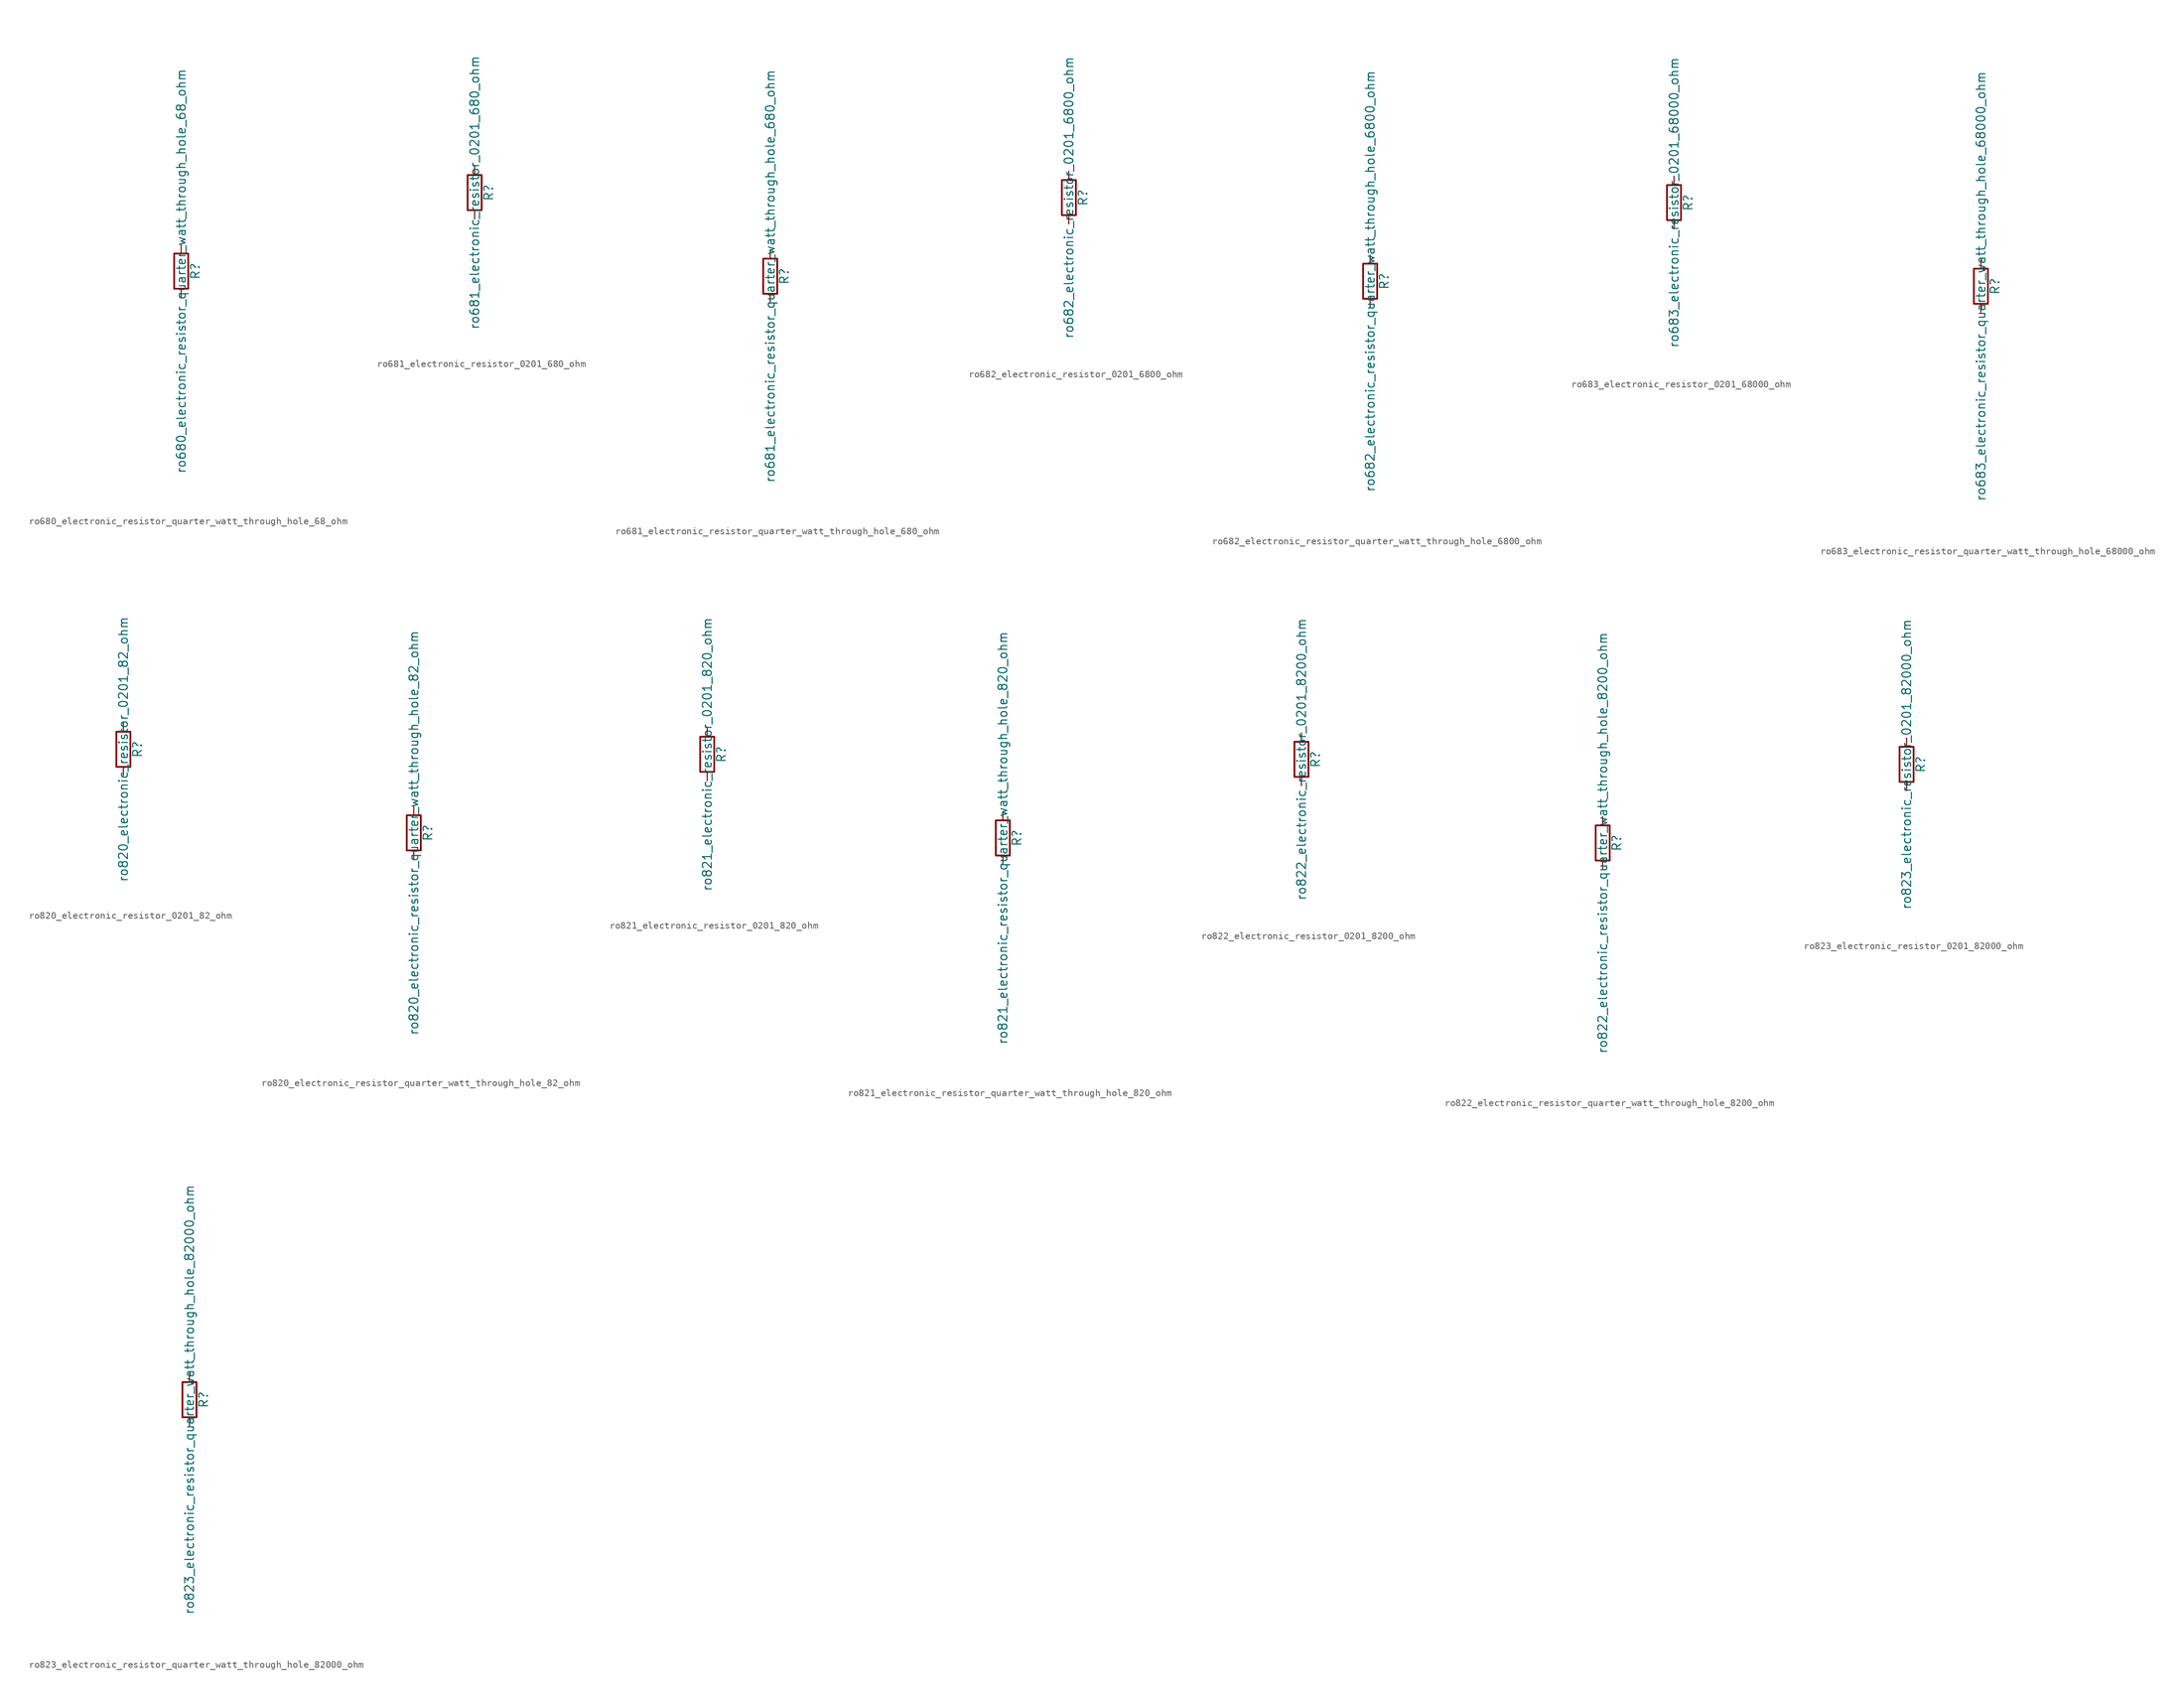
<source format=kicad_sym>
(kicad_symbol_lib
  (version 20220914)
  (generator kicad_symbol_editor)
  (symbol "ro680_electronic_resistor_quarter_watt_through_hole_68_ohm"
    (pin_numbers hide)
    (pin_names
      (offset 0))
    (property "Reference" "R"
      (at 2.032 0 90)
      (effects (font (size 1.27 1.27))))
    (property "Value" "ro680_electronic_resistor_quarter_watt_through_hole_68_ohm"
      (at 0 0 90)
      (effects (font (size 1.27 1.27))))
    (symbol "ro680_electronic_resistor_quarter_watt_through_hole_68_ohm_0_1"
      (rectangle (start -1.016 -2.54) (end 1.016 2.54) (stroke (width 0.254) (type default)) (fill (type none))))
    (symbol "ro680_electronic_resistor_quarter_watt_through_hole_68_ohm_1_1"
      (pin passive line (at 0 3.81 270) (length 1.27) (name "~" (effects (font (size 1.27 1.27)))) (number "1" (effects (font (size 1.27 1.27)))))
      (pin passive line (at 0 -3.81 90) (length 1.27) (name "~" (effects (font (size 1.27 1.27)))) (number "2" (effects (font (size 1.27 1.27)))))))
  (symbol "ro681_electronic_resistor_0201_680_ohm"
    (pin_numbers hide)
    (pin_names
      (offset 0))
    (property "Reference" "R"
      (at 2.032 0 90)
      (effects (font (size 1.27 1.27))))
    (property "Value" "ro681_electronic_resistor_0201_680_ohm"
      (at 0 0 90)
      (effects (font (size 1.27 1.27))))
    (symbol "ro681_electronic_resistor_0201_680_ohm_0_1"
      (rectangle (start -1.016 -2.54) (end 1.016 2.54) (stroke (width 0.254) (type default)) (fill (type none))))
    (symbol "ro681_electronic_resistor_0201_680_ohm_1_1"
      (pin passive line (at 0 3.81 270) (length 1.27) (name "~" (effects (font (size 1.27 1.27)))) (number "1" (effects (font (size 1.27 1.27)))))
      (pin passive line (at 0 -3.81 90) (length 1.27) (name "~" (effects (font (size 1.27 1.27)))) (number "2" (effects (font (size 1.27 1.27)))))))
  (symbol "ro681_electronic_resistor_quarter_watt_through_hole_680_ohm"
    (pin_numbers hide)
    (pin_names
      (offset 0))
    (property "Reference" "R"
      (at 2.032 0 90)
      (effects (font (size 1.27 1.27))))
    (property "Value" "ro681_electronic_resistor_quarter_watt_through_hole_680_ohm"
      (at 0 0 90)
      (effects (font (size 1.27 1.27))))
    (symbol "ro681_electronic_resistor_quarter_watt_through_hole_680_ohm_0_1"
      (rectangle (start -1.016 -2.54) (end 1.016 2.54) (stroke (width 0.254) (type default)) (fill (type none))))
    (symbol "ro681_electronic_resistor_quarter_watt_through_hole_680_ohm_1_1"
      (pin passive line (at 0 3.81 270) (length 1.27) (name "~" (effects (font (size 1.27 1.27)))) (number "1" (effects (font (size 1.27 1.27)))))
      (pin passive line (at 0 -3.81 90) (length 1.27) (name "~" (effects (font (size 1.27 1.27)))) (number "2" (effects (font (size 1.27 1.27)))))))
  (symbol "ro682_electronic_resistor_0201_6800_ohm"
    (pin_numbers hide)
    (pin_names
      (offset 0))
    (property "Reference" "R"
      (at 2.032 0 90)
      (effects (font (size 1.27 1.27))))
    (property "Value" "ro682_electronic_resistor_0201_6800_ohm"
      (at 0 0 90)
      (effects (font (size 1.27 1.27))))
    (symbol "ro682_electronic_resistor_0201_6800_ohm_0_1"
      (rectangle (start -1.016 -2.54) (end 1.016 2.54) (stroke (width 0.254) (type default)) (fill (type none))))
    (symbol "ro682_electronic_resistor_0201_6800_ohm_1_1"
      (pin passive line (at 0 3.81 270) (length 1.27) (name "~" (effects (font (size 1.27 1.27)))) (number "1" (effects (font (size 1.27 1.27)))))
      (pin passive line (at 0 -3.81 90) (length 1.27) (name "~" (effects (font (size 1.27 1.27)))) (number "2" (effects (font (size 1.27 1.27)))))))
  (symbol "ro682_electronic_resistor_quarter_watt_through_hole_6800_ohm"
    (pin_numbers hide)
    (pin_names
      (offset 0))
    (property "Reference" "R"
      (at 2.032 0 90)
      (effects (font (size 1.27 1.27))))
    (property "Value" "ro682_electronic_resistor_quarter_watt_through_hole_6800_ohm"
      (at 0 0 90)
      (effects (font (size 1.27 1.27))))
    (symbol "ro682_electronic_resistor_quarter_watt_through_hole_6800_ohm_0_1"
      (rectangle (start -1.016 -2.54) (end 1.016 2.54) (stroke (width 0.254) (type default)) (fill (type none))))
    (symbol "ro682_electronic_resistor_quarter_watt_through_hole_6800_ohm_1_1"
      (pin passive line (at 0 3.81 270) (length 1.27) (name "~" (effects (font (size 1.27 1.27)))) (number "1" (effects (font (size 1.27 1.27)))))
      (pin passive line (at 0 -3.81 90) (length 1.27) (name "~" (effects (font (size 1.27 1.27)))) (number "2" (effects (font (size 1.27 1.27)))))))
  (symbol "ro683_electronic_resistor_0201_68000_ohm"
    (pin_numbers hide)
    (pin_names
      (offset 0))
    (property "Reference" "R"
      (at 2.032 0 90)
      (effects (font (size 1.27 1.27))))
    (property "Value" "ro683_electronic_resistor_0201_68000_ohm"
      (at 0 0 90)
      (effects (font (size 1.27 1.27))))
    (symbol "ro683_electronic_resistor_0201_68000_ohm_0_1"
      (rectangle (start -1.016 -2.54) (end 1.016 2.54) (stroke (width 0.254) (type default)) (fill (type none))))
    (symbol "ro683_electronic_resistor_0201_68000_ohm_1_1"
      (pin passive line (at 0 3.81 270) (length 1.27) (name "~" (effects (font (size 1.27 1.27)))) (number "1" (effects (font (size 1.27 1.27)))))
      (pin passive line (at 0 -3.81 90) (length 1.27) (name "~" (effects (font (size 1.27 1.27)))) (number "2" (effects (font (size 1.27 1.27)))))))
  (symbol "ro683_electronic_resistor_quarter_watt_through_hole_68000_ohm"
    (pin_numbers hide)
    (pin_names
      (offset 0))
    (property "Reference" "R"
      (at 2.032 0 90)
      (effects (font (size 1.27 1.27))))
    (property "Value" "ro683_electronic_resistor_quarter_watt_through_hole_68000_ohm"
      (at 0 0 90)
      (effects (font (size 1.27 1.27))))
    (symbol "ro683_electronic_resistor_quarter_watt_through_hole_68000_ohm_0_1"
      (rectangle (start -1.016 -2.54) (end 1.016 2.54) (stroke (width 0.254) (type default)) (fill (type none))))
    (symbol "ro683_electronic_resistor_quarter_watt_through_hole_68000_ohm_1_1"
      (pin passive line (at 0 3.81 270) (length 1.27) (name "~" (effects (font (size 1.27 1.27)))) (number "1" (effects (font (size 1.27 1.27)))))
      (pin passive line (at 0 -3.81 90) (length 1.27) (name "~" (effects (font (size 1.27 1.27)))) (number "2" (effects (font (size 1.27 1.27)))))))
  (symbol "ro820_electronic_resistor_0201_82_ohm"
    (pin_numbers hide)
    (pin_names
      (offset 0))
    (property "Reference" "R"
      (at 2.032 0 90)
      (effects (font (size 1.27 1.27))))
    (property "Value" "ro820_electronic_resistor_0201_82_ohm"
      (at 0 0 90)
      (effects (font (size 1.27 1.27))))
    (symbol "ro820_electronic_resistor_0201_82_ohm_0_1"
      (rectangle (start -1.016 -2.54) (end 1.016 2.54) (stroke (width 0.254) (type default)) (fill (type none))))
    (symbol "ro820_electronic_resistor_0201_82_ohm_1_1"
      (pin passive line (at 0 3.81 270) (length 1.27) (name "~" (effects (font (size 1.27 1.27)))) (number "1" (effects (font (size 1.27 1.27)))))
      (pin passive line (at 0 -3.81 90) (length 1.27) (name "~" (effects (font (size 1.27 1.27)))) (number "2" (effects (font (size 1.27 1.27)))))))
  (symbol "ro820_electronic_resistor_quarter_watt_through_hole_82_ohm"
    (pin_numbers hide)
    (pin_names
      (offset 0))
    (property "Reference" "R"
      (at 2.032 0 90)
      (effects (font (size 1.27 1.27))))
    (property "Value" "ro820_electronic_resistor_quarter_watt_through_hole_82_ohm"
      (at 0 0 90)
      (effects (font (size 1.27 1.27))))
    (symbol "ro820_electronic_resistor_quarter_watt_through_hole_82_ohm_0_1"
      (rectangle (start -1.016 -2.54) (end 1.016 2.54) (stroke (width 0.254) (type default)) (fill (type none))))
    (symbol "ro820_electronic_resistor_quarter_watt_through_hole_82_ohm_1_1"
      (pin passive line (at 0 3.81 270) (length 1.27) (name "~" (effects (font (size 1.27 1.27)))) (number "1" (effects (font (size 1.27 1.27)))))
      (pin passive line (at 0 -3.81 90) (length 1.27) (name "~" (effects (font (size 1.27 1.27)))) (number "2" (effects (font (size 1.27 1.27)))))))
  (symbol "ro821_electronic_resistor_0201_820_ohm"
    (pin_numbers hide)
    (pin_names
      (offset 0))
    (property "Reference" "R"
      (at 2.032 0 90)
      (effects (font (size 1.27 1.27))))
    (property "Value" "ro821_electronic_resistor_0201_820_ohm"
      (at 0 0 90)
      (effects (font (size 1.27 1.27))))
    (symbol "ro821_electronic_resistor_0201_820_ohm_0_1"
      (rectangle (start -1.016 -2.54) (end 1.016 2.54) (stroke (width 0.254) (type default)) (fill (type none))))
    (symbol "ro821_electronic_resistor_0201_820_ohm_1_1"
      (pin passive line (at 0 3.81 270) (length 1.27) (name "~" (effects (font (size 1.27 1.27)))) (number "1" (effects (font (size 1.27 1.27)))))
      (pin passive line (at 0 -3.81 90) (length 1.27) (name "~" (effects (font (size 1.27 1.27)))) (number "2" (effects (font (size 1.27 1.27)))))))
  (symbol "ro821_electronic_resistor_quarter_watt_through_hole_820_ohm"
    (pin_numbers hide)
    (pin_names
      (offset 0))
    (property "Reference" "R"
      (at 2.032 0 90)
      (effects (font (size 1.27 1.27))))
    (property "Value" "ro821_electronic_resistor_quarter_watt_through_hole_820_ohm"
      (at 0 0 90)
      (effects (font (size 1.27 1.27))))
    (symbol "ro821_electronic_resistor_quarter_watt_through_hole_820_ohm_0_1"
      (rectangle (start -1.016 -2.54) (end 1.016 2.54) (stroke (width 0.254) (type default)) (fill (type none))))
    (symbol "ro821_electronic_resistor_quarter_watt_through_hole_820_ohm_1_1"
      (pin passive line (at 0 3.81 270) (length 1.27) (name "~" (effects (font (size 1.27 1.27)))) (number "1" (effects (font (size 1.27 1.27)))))
      (pin passive line (at 0 -3.81 90) (length 1.27) (name "~" (effects (font (size 1.27 1.27)))) (number "2" (effects (font (size 1.27 1.27)))))))
  (symbol "ro822_electronic_resistor_0201_8200_ohm"
    (pin_numbers hide)
    (pin_names
      (offset 0))
    (property "Reference" "R"
      (at 2.032 0 90)
      (effects (font (size 1.27 1.27))))
    (property "Value" "ro822_electronic_resistor_0201_8200_ohm"
      (at 0 0 90)
      (effects (font (size 1.27 1.27))))
    (symbol "ro822_electronic_resistor_0201_8200_ohm_0_1"
      (rectangle (start -1.016 -2.54) (end 1.016 2.54) (stroke (width 0.254) (type default)) (fill (type none))))
    (symbol "ro822_electronic_resistor_0201_8200_ohm_1_1"
      (pin passive line (at 0 3.81 270) (length 1.27) (name "~" (effects (font (size 1.27 1.27)))) (number "1" (effects (font (size 1.27 1.27)))))
      (pin passive line (at 0 -3.81 90) (length 1.27) (name "~" (effects (font (size 1.27 1.27)))) (number "2" (effects (font (size 1.27 1.27)))))))
  (symbol "ro822_electronic_resistor_quarter_watt_through_hole_8200_ohm"
    (pin_numbers hide)
    (pin_names
      (offset 0))
    (property "Reference" "R"
      (at 2.032 0 90)
      (effects (font (size 1.27 1.27))))
    (property "Value" "ro822_electronic_resistor_quarter_watt_through_hole_8200_ohm"
      (at 0 0 90)
      (effects (font (size 1.27 1.27))))
    (symbol "ro822_electronic_resistor_quarter_watt_through_hole_8200_ohm_0_1"
      (rectangle (start -1.016 -2.54) (end 1.016 2.54) (stroke (width 0.254) (type default)) (fill (type none))))
    (symbol "ro822_electronic_resistor_quarter_watt_through_hole_8200_ohm_1_1"
      (pin passive line (at 0 3.81 270) (length 1.27) (name "~" (effects (font (size 1.27 1.27)))) (number "1" (effects (font (size 1.27 1.27)))))
      (pin passive line (at 0 -3.81 90) (length 1.27) (name "~" (effects (font (size 1.27 1.27)))) (number "2" (effects (font (size 1.27 1.27)))))))
  (symbol "ro823_electronic_resistor_0201_82000_ohm"
    (pin_numbers hide)
    (pin_names
      (offset 0))
    (property "Reference" "R"
      (at 2.032 0 90)
      (effects (font (size 1.27 1.27))))
    (property "Value" "ro823_electronic_resistor_0201_82000_ohm"
      (at 0 0 90)
      (effects (font (size 1.27 1.27))))
    (symbol "ro823_electronic_resistor_0201_82000_ohm_0_1"
      (rectangle (start -1.016 -2.54) (end 1.016 2.54) (stroke (width 0.254) (type default)) (fill (type none))))
    (symbol "ro823_electronic_resistor_0201_82000_ohm_1_1"
      (pin passive line (at 0 3.81 270) (length 1.27) (name "~" (effects (font (size 1.27 1.27)))) (number "1" (effects (font (size 1.27 1.27)))))
      (pin passive line (at 0 -3.81 90) (length 1.27) (name "~" (effects (font (size 1.27 1.27)))) (number "2" (effects (font (size 1.27 1.27)))))))
  (symbol "ro823_electronic_resistor_quarter_watt_through_hole_82000_ohm"
    (pin_numbers hide)
    (pin_names
      (offset 0))
    (property "Reference" "R"
      (at 2.032 0 90)
      (effects (font (size 1.27 1.27))))
    (property "Value" "ro823_electronic_resistor_quarter_watt_through_hole_82000_ohm"
      (at 0 0 90)
      (effects (font (size 1.27 1.27))))
    (symbol "ro823_electronic_resistor_quarter_watt_through_hole_82000_ohm_0_1"
      (rectangle (start -1.016 -2.54) (end 1.016 2.54) (stroke (width 0.254) (type default)) (fill (type none))))
    (symbol "ro823_electronic_resistor_quarter_watt_through_hole_82000_ohm_1_1"
      (pin passive line (at 0 3.81 270) (length 1.27) (name "~" (effects (font (size 1.27 1.27)))) (number "1" (effects (font (size 1.27 1.27)))))
      (pin passive line (at 0 -3.81 90) (length 1.27) (name "~" (effects (font (size 1.27 1.27)))) (number "2" (effects (font (size 1.27 1.27))))))))
</source>
